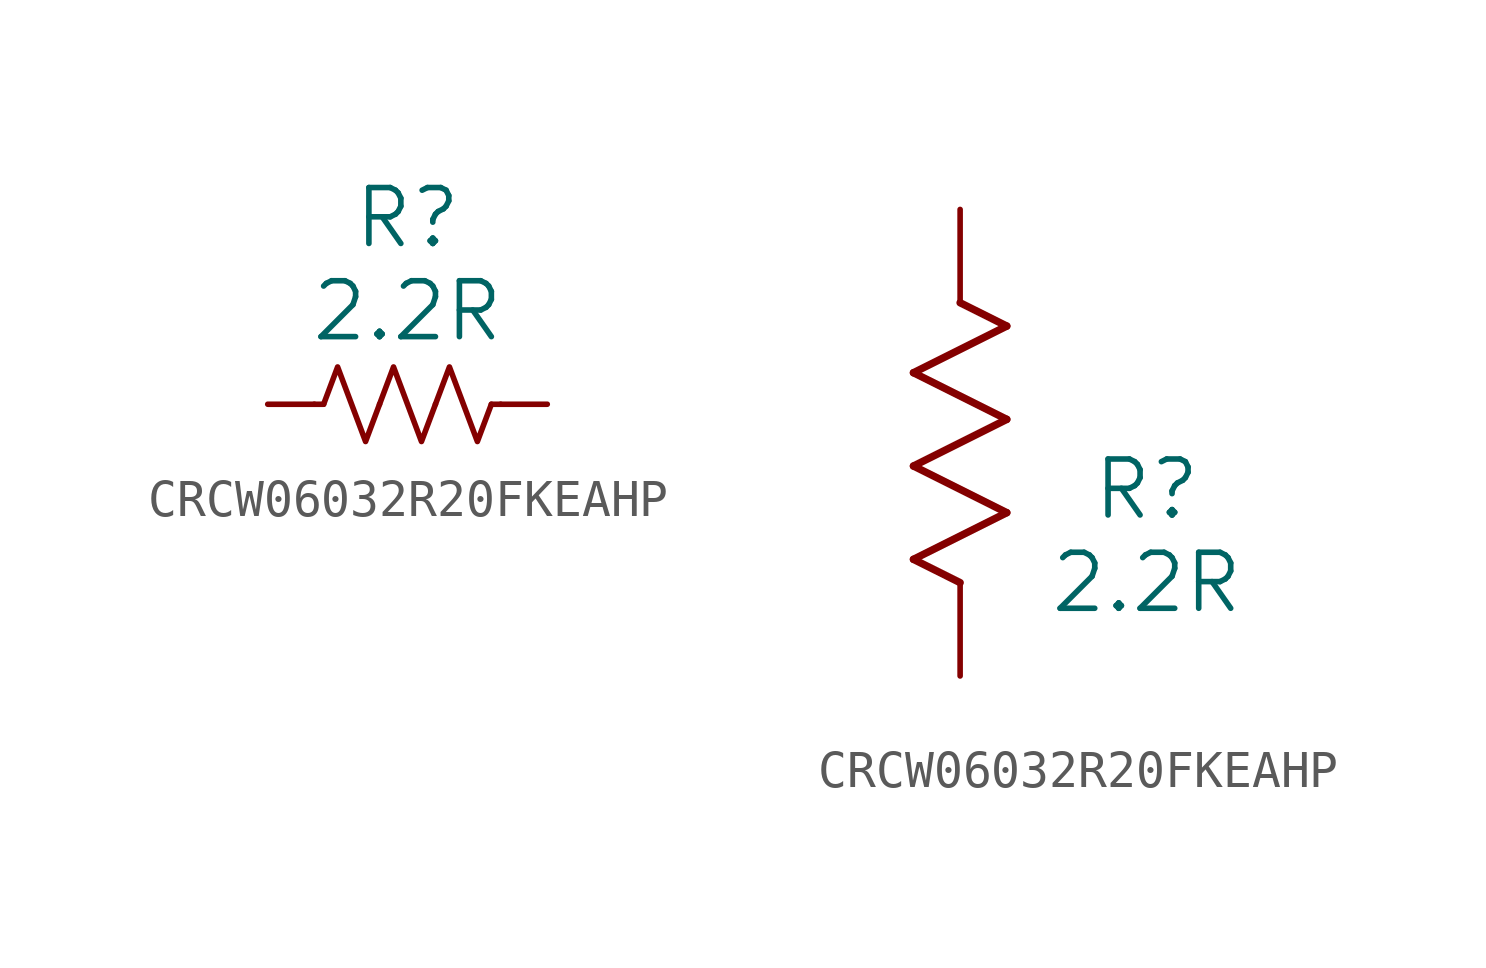
<source format=kicad_sym>
(kicad_symbol_lib
  (version 20220914)
  (generator kicad_symbol_editor)
  (symbol "CRCW06032R20FKEAHP"
    (pin_numbers hide)
    (pin_names
      (offset 0.254) hide)
    (property "Reference" "R"
      (at 5.08 5.08 0)
      (effects (font (size 1.524 1.524))))
    (property "Value" "2.2R"
      (at 5.08 2.54 0)
      (effects (font (size 1.524 1.524))))
    (symbol "CRCW06032R20FKEAHP_0_1"
      (polyline (pts (xy 2.794 0) (xy 2.54 0)) (stroke (width 0) (type default)) (fill (type none)))
      (polyline (pts (xy 7.366 0) (xy 7.62 0)) (stroke (width 0) (type default)) (fill (type none)))
      (polyline (pts (xy 2.794 0) (xy 3.175 1.016) (xy 3.556 0) (xy 3.937 -1.016) (xy 4.318 0)) (stroke (width 0) (type default)) (fill (type none)))
      (polyline (pts (xy 4.318 0) (xy 4.699 1.016) (xy 5.08 0) (xy 5.461 -1.016) (xy 5.842 0)) (stroke (width 0) (type default)) (fill (type none)))
      (polyline (pts (xy 5.842 0) (xy 6.223 1.016) (xy 6.604 0) (xy 6.985 -1.016) (xy 7.366 0)) (stroke (width 0) (type default)) (fill (type none))))
    (symbol "CRCW06032R20FKEAHP_1_1"
      (pin passive line (at 1.27 0 0) (length 1.27) (name "" (effects (font (size 1.27 1.27)))) (number "1" (effects (font (size 1.27 1.27)))))
      (pin passive line (at 8.89 0 180) (length 1.27) (name "" (effects (font (size 1.27 1.27)))) (number "2" (effects (font (size 1.27 1.27))))))
    (symbol "CRCW06032R20FKEAHP_1_2"
      (polyline (pts (xy -1.27 3.175) (xy 1.27 4.445)) (stroke (width 0.203) (type default)) (fill (type none)))
      (polyline (pts (xy -1.27 5.715) (xy 1.27 6.985)) (stroke (width 0.203) (type default)) (fill (type none)))
      (polyline (pts (xy -1.27 8.255) (xy 1.27 9.525)) (stroke (width 0.203) (type default)) (fill (type none)))
      (polyline (pts (xy 0 2.54) (xy -1.27 3.175)) (stroke (width 0.203) (type default)) (fill (type none)))
      (polyline (pts (xy 1.27 4.445) (xy -1.27 5.715)) (stroke (width 0.203) (type default)) (fill (type none)))
      (polyline (pts (xy 1.27 6.985) (xy -1.27 8.255)) (stroke (width 0.203) (type default)) (fill (type none)))
      (polyline (pts (xy 1.27 9.525) (xy 0 10.16)) (stroke (width 0.203) (type default)) (fill (type none)))
      (pin unspecified line (at 0 12.7 270) (length 2.54) (name "" (effects (font (size 1.27 1.27)))) (number "1" (effects (font (size 1.27 1.27)))))
      (pin unspecified line (at 0 0 90) (length 2.54) (name "" (effects (font (size 1.27 1.27)))) (number "2" (effects (font (size 1.27 1.27))))))))
</source>
